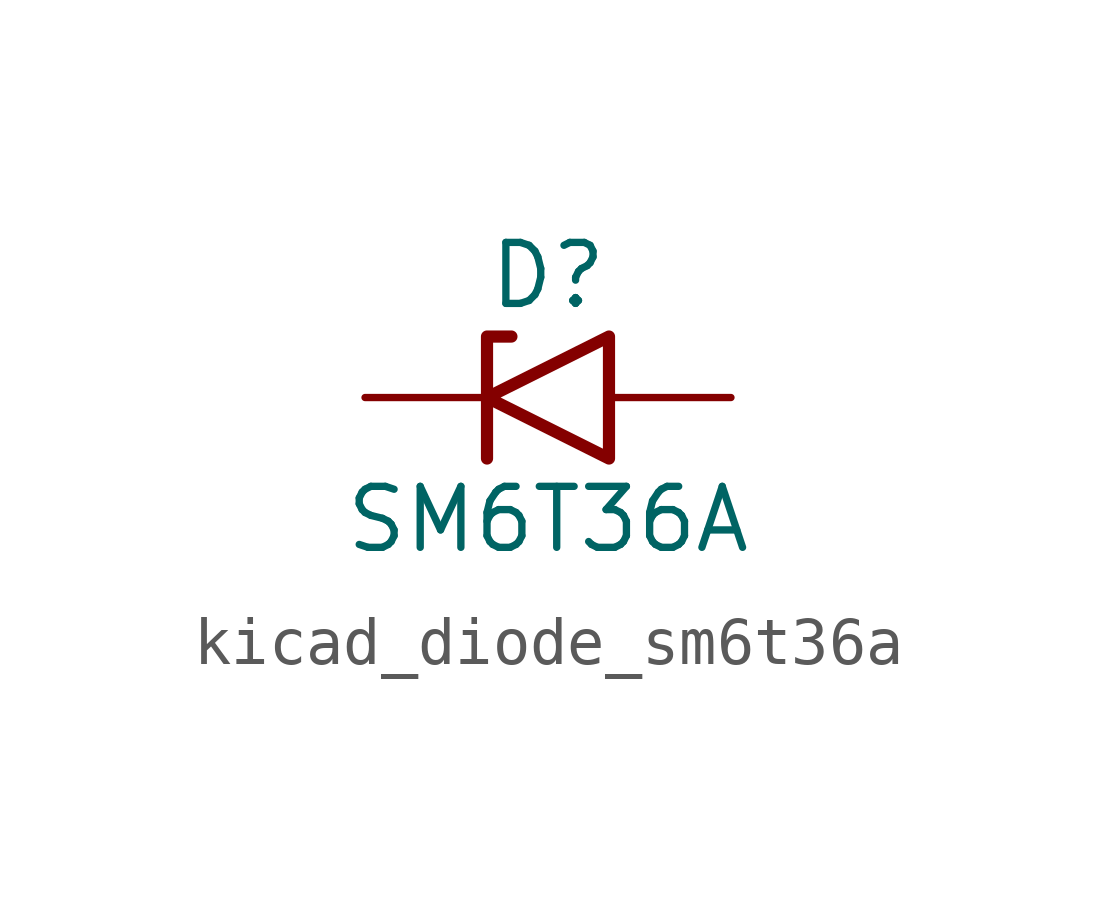
<source format=kicad_sym>
(kicad_symbol_lib
  (version 20220914)
  (generator kicad_symbol_editor)
  (symbol "kicad_diode_sm6t36a"
    (pin_numbers hide)
    (pin_names
      (offset 1.016) hide)
    (property "Reference" "D"
      (at 0 2.54 0)
      (effects (font (size 1.27 1.27))))
    (property "Value" "SM6T36A"
      (at 0 -2.54 0)
      (effects (font (size 1.27 1.27))))
    (symbol "kicad_diode_sm6t36a_0_1"
      (polyline (pts (xy -0.762 1.27) (xy -1.27 1.27) (xy -1.27 -1.27)) (stroke (width 0.254) (type default)) (fill (type none)))
      (polyline (pts (xy 1.27 1.27) (xy 1.27 -1.27) (xy -1.27 0) (xy 1.27 1.27)) (stroke (width 0.254) (type default)) (fill (type none))))
    (symbol "kicad_diode_sm6t36a_1_1"
      (pin passive line (at -3.81 0 0) (length 2.54) (name "A1" (effects (font (size 1.27 1.27)))) (number "1" (effects (font (size 1.27 1.27)))))
      (pin passive line (at 3.81 0 180) (length 2.54) (name "A2" (effects (font (size 1.27 1.27)))) (number "2" (effects (font (size 1.27 1.27))))))))
</source>
